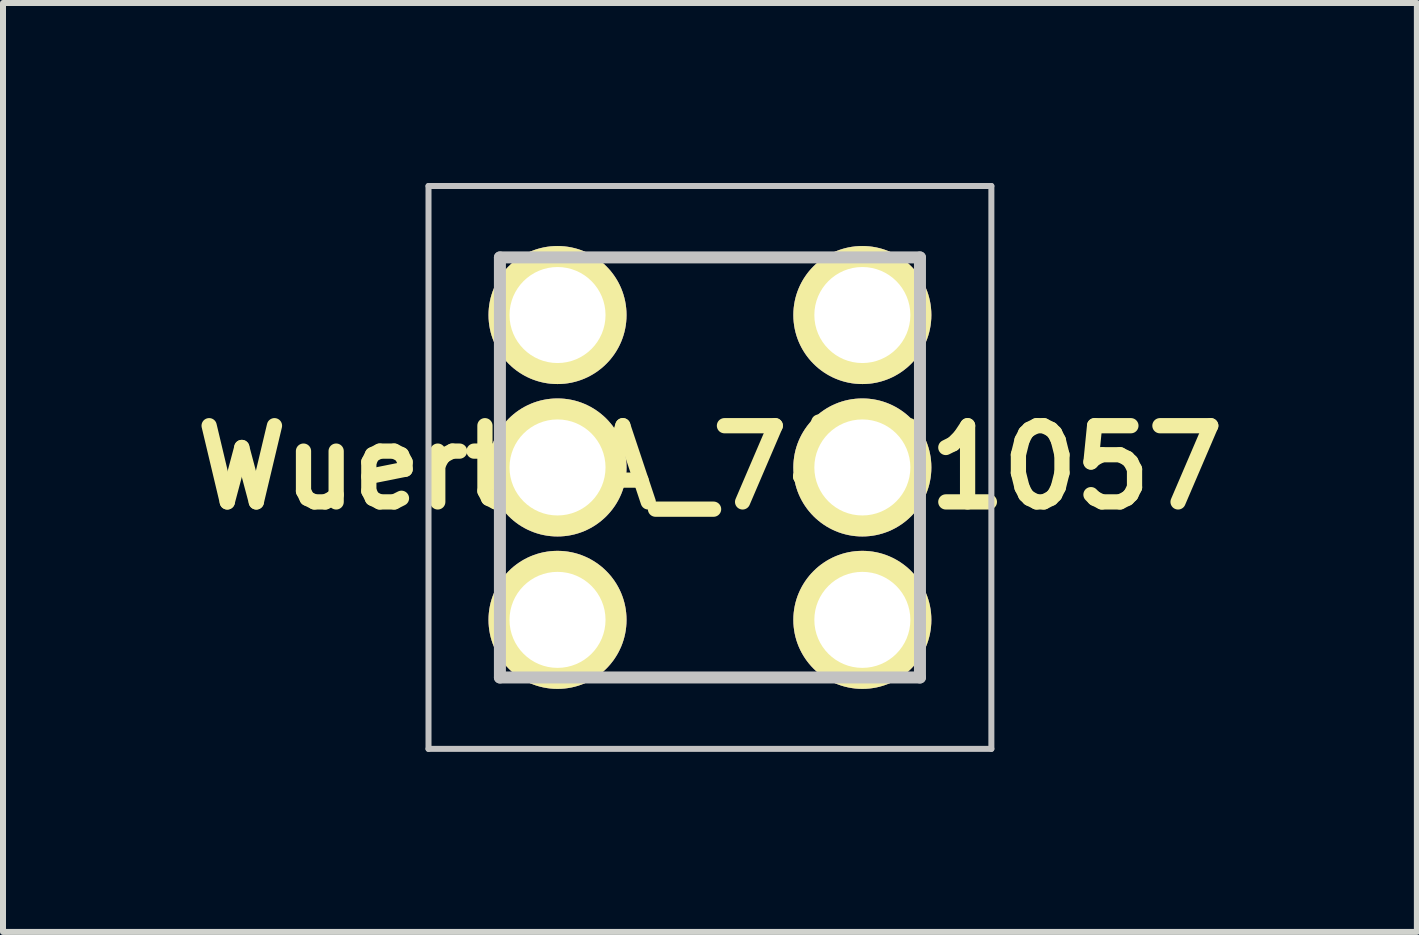
<source format=kicad_pcb>
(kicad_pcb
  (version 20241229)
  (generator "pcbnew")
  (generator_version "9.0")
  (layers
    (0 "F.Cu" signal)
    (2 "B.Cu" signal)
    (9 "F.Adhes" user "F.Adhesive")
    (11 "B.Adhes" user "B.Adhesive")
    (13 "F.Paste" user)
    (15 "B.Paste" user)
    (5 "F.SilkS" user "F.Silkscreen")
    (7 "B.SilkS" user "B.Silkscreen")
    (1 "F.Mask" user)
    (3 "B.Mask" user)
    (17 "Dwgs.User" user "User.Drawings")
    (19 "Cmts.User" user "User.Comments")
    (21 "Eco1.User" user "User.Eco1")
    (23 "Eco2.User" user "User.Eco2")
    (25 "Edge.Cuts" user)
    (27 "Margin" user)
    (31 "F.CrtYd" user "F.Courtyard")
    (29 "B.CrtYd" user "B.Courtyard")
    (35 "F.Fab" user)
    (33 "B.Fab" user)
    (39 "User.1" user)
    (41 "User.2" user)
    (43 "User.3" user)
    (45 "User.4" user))
  (footprint "WuertHA_7461057"
    (layer "F.Cu")
    (at 6.241 2.2)
    (property "Reference" "WuertHA_7461057" (at 2.54 2.54 0) (layer "F.SilkS") (effects (font (size 1.27 1.27) (thickness 0.254))))
    (attr through_hole)
    (fp_line (start 1.04 -0.96) (end 4.04 -0.96) (stroke (width 0.1) (type solid)) (layer "F.SilkS"))
    (fp_line (start 1.04 6.04) (end 4.04 6.04) (stroke (width 0.1) (type solid)) (layer "F.SilkS"))
    (fp_line (start -2.15 -2.15) (end 7.23 -2.15) (stroke (width 0.1) (type solid)) (layer "Dwgs.User"))
    (fp_line (start -2.15 7.23) (end -2.15 -2.15) (stroke (width 0.1) (type solid)) (layer "Dwgs.User"))
    (fp_line (start -0.96 -0.96) (end 6.04 -0.96) (stroke (width 0.2) (type solid)) (layer "Dwgs.User"))
    (fp_line (start -0.96 6.04) (end -0.96 -0.96) (stroke (width 0.2) (type solid)) (layer "Dwgs.User"))
    (fp_line (start 6.04 -0.96) (end 6.04 6.04) (stroke (width 0.2) (type solid)) (layer "Dwgs.User"))
    (fp_line (start 6.04 6.04) (end -0.96 6.04) (stroke (width 0.2) (type solid)) (layer "Dwgs.User"))
    (fp_line (start 7.23 -2.15) (end 7.23 7.23) (stroke (width 0.1) (type solid)) (layer "Dwgs.User"))
    (fp_line (start 7.23 7.23) (end -2.15 7.23) (stroke (width 0.1) (type solid)) (layer "Dwgs.User"))
    (pad "1" thru_hole circle (at 0 0 90) (size 2.3 2.3) (drill 1.6) (layers "*.Cu" "*.Mask" "F.SilkS"))
    (pad "2" thru_hole circle (at 0 2.54 90) (size 2.3 2.3) (drill 1.6) (layers "*.Cu" "*.Mask" "F.SilkS"))
    (pad "3" thru_hole circle (at 0 5.08 90) (size 2.3 2.3) (drill 1.6) (layers "*.Cu" "*.Mask" "F.SilkS"))
    (pad "4" thru_hole circle (at 5.08 5.08 90) (size 2.3 2.3) (drill 1.6) (layers "*.Cu" "*.Mask" "F.SilkS"))
    (pad "5" thru_hole circle (at 5.08 2.54 90) (size 2.3 2.3) (drill 1.6) (layers "*.Cu" "*.Mask" "F.SilkS"))
    (pad "6" thru_hole circle (at 5.08 0 90) (size 2.3 2.3) (drill 1.6) (layers "*.Cu" "*.Mask" "F.SilkS")))
  (gr_rect
    (start -3 -3)
    (end 20.562 12.48)
    (stroke (width 0.1) (type default))
    (fill no)
    (layer "Edge.Cuts")))
</source>
